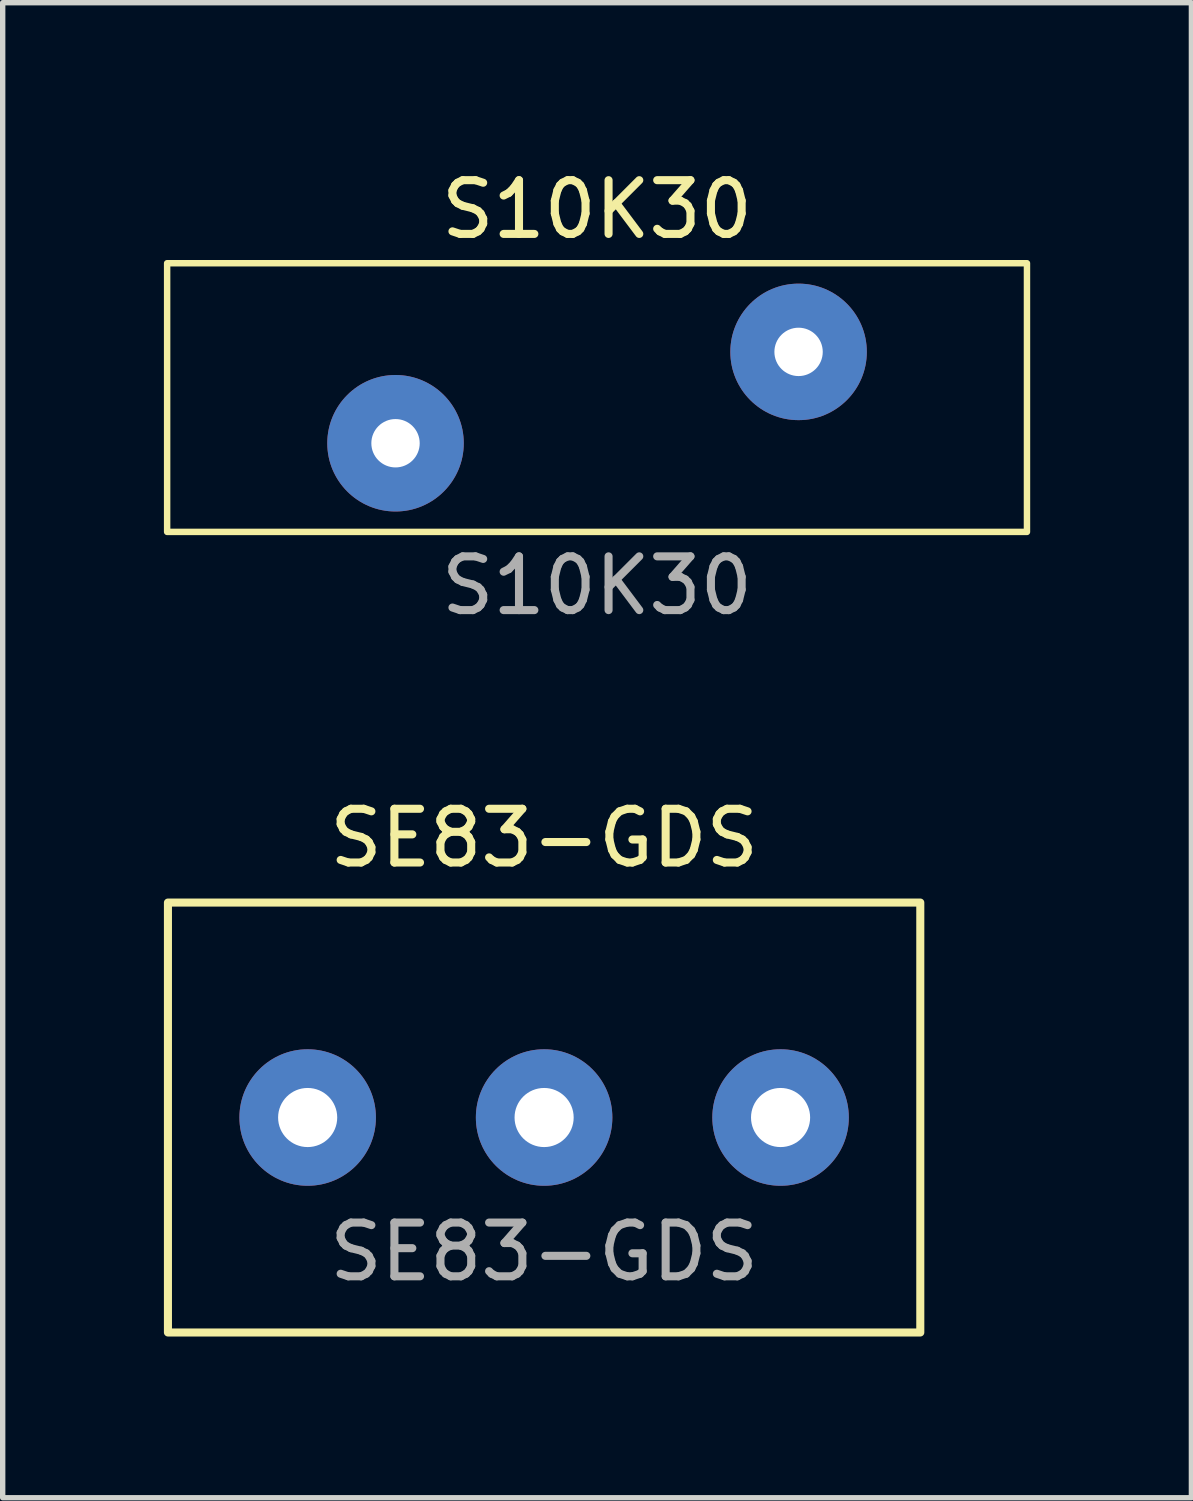
<source format=kicad_pcb>
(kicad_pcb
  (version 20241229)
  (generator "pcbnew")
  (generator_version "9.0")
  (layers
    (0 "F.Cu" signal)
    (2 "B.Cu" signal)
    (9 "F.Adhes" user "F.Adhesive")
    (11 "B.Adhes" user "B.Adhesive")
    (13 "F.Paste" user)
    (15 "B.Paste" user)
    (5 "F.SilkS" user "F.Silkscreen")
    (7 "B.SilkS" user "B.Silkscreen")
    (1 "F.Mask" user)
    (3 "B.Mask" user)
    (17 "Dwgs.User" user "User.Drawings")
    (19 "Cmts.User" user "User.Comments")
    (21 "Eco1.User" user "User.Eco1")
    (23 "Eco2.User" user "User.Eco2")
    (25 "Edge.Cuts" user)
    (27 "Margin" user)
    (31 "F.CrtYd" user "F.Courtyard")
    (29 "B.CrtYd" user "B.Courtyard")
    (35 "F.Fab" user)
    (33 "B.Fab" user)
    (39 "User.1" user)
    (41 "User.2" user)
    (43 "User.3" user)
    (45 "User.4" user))
  (footprint "S10K30"
    (layer "F.Cu")
    (at 8.06 4.348)
    (property "Reference" "S10K30" (at 0 -3.5 0) (unlocked yes) (layer "F.SilkS") (effects (font (size 1 1) (thickness 0.15))))
    (attr through_hole)
    (fp_rect (start -8 -2.5) (end 8 2.5) (stroke (width 0.12) (type solid)) (fill no) (layer "F.SilkS"))
    (fp_text user "${REFERENCE}" (at 0 3.5 0) (unlocked yes) (layer "F.Fab") (effects (font (size 1 1) (thickness 0.15))))
    (pad "1" thru_hole circle (at -3.75 0.85) (size 2.54 2.54) (drill 0.9) (layers "*.Cu" "*.Mask"))
    (pad "2" thru_hole circle (at 3.75 -0.85) (size 2.54 2.54) (drill 0.9) (layers "*.Cu" "*.Mask")))
  (footprint "SE83-GDS"
    (layer "F.Cu")
    (at 7.075 17.745)
    (property "Reference" "SE83-GDS" (at 0 -5.2 0) (unlocked yes) (layer "F.SilkS") (effects (font (size 1 1) (thickness 0.15))))
    (attr through_hole)
    (fp_rect (start -7 -4) (end 7 4) (stroke (width 0.15) (type solid)) (fill no) (layer "F.SilkS"))
    (fp_text user "${REFERENCE}" (at 0 2.5 0) (unlocked yes) (layer "F.Fab") (effects (font (size 1 1) (thickness 0.15))))
    (pad "1" thru_hole circle (at -4.4 0) (size 2.54 2.54) (drill 1.1) (layers "*.Cu" "*.Mask"))
    (pad "2" thru_hole circle (at 0 0) (size 2.54 2.54) (drill 1.1) (layers "*.Cu" "*.Mask"))
    (pad "3" thru_hole circle (at 4.4 0) (size 2.54 2.54) (drill 1.1) (layers "*.Cu" "*.Mask")))
  (gr_rect
    (start -3 -3)
    (end 19.12 24.82)
    (stroke (width 0.1) (type default))
    (fill no)
    (layer "Edge.Cuts")))
</source>
